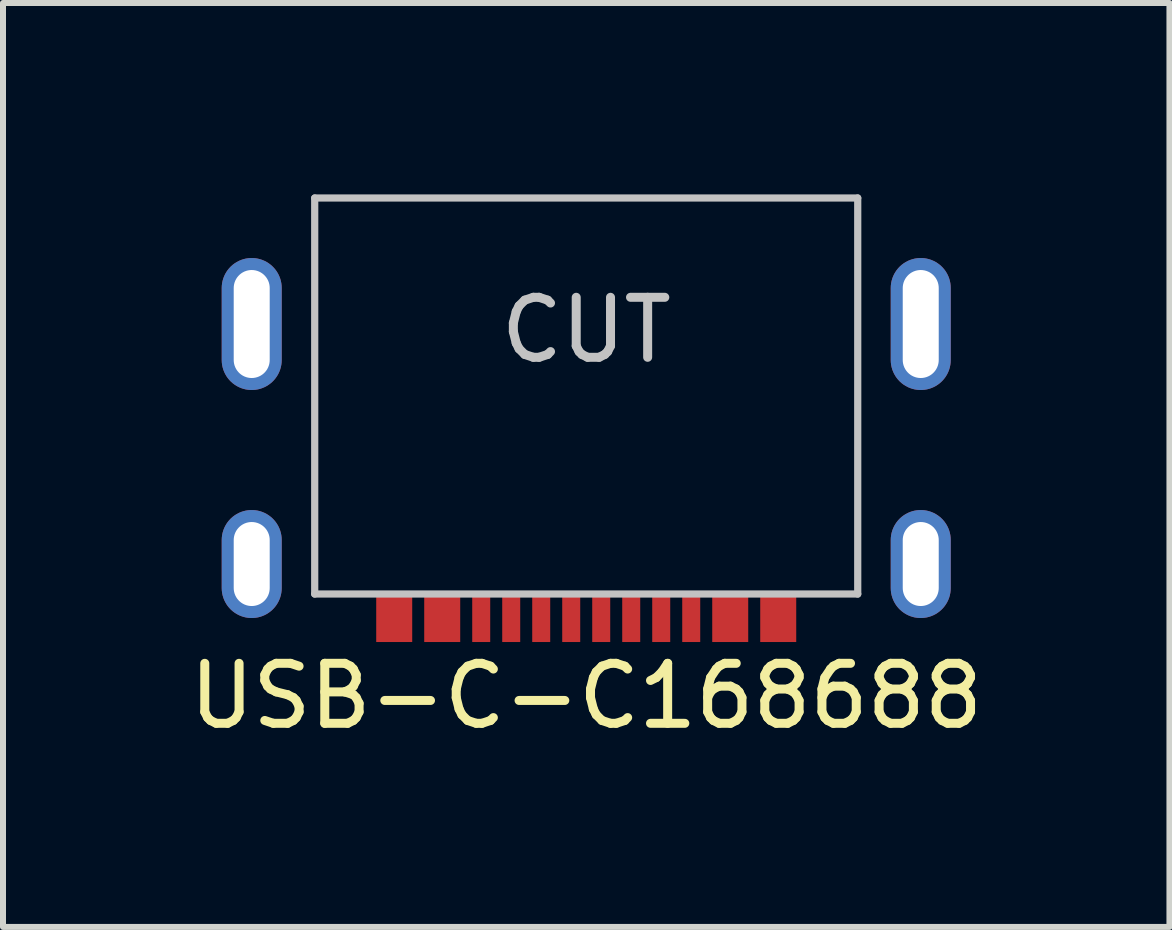
<source format=kicad_pcb>
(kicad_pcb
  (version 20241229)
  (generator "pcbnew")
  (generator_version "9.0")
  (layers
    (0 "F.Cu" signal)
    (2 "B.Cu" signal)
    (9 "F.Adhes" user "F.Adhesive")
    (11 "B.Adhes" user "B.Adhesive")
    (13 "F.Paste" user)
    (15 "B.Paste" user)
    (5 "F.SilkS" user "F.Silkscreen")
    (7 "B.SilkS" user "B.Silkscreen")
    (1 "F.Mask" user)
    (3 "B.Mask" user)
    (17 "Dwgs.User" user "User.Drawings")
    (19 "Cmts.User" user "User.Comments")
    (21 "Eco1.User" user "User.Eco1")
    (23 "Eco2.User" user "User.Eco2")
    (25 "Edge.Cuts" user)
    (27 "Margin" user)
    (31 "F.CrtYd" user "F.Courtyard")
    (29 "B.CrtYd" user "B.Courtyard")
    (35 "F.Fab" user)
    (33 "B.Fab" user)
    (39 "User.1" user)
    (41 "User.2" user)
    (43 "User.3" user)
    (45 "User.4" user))
  (footprint "USB-C-C168688"
    (layer "F.Cu")
    (at 6.72 0.25)
    (property "Reference" "USB-C-C168688" (at 0 8.3 0) (layer "F.SilkS") (effects (font (size 1 1) (thickness 0.15))))
    (attr through_hole)
    (fp_line (start -4.525 0) (end -4.525 6.6) (stroke (width 0.12) (type solid)) (layer "Dwgs.User"))
    (fp_line (start -4.525 0) (end 4.525 0) (stroke (width 0.12) (type solid)) (layer "Dwgs.User"))
    (fp_line (start -4.525 6.6) (end 4.525 6.6) (stroke (width 0.12) (type solid)) (layer "Dwgs.User"))
    (fp_line (start 4.525 0) (end 4.525 6.6) (stroke (width 0.12) (type solid)) (layer "Dwgs.User"))
    (fp_text user "CUT" (at 0 2.2 0) (layer "Dwgs.User") (effects (font (size 1 1) (thickness 0.15))))
    (pad "A1" smd rect (at -3.2 7) (size 0.6 0.8) (layers "F.Cu" "F.Mask" "F.Paste"))
    (pad "A1" smd rect (at 3.2 7) (size 0.6 0.8) (layers "F.Cu" "F.Mask" "F.Paste"))
    (pad "A4" smd rect (at -2.4 7) (size 0.6 0.8) (layers "F.Cu" "F.Mask" "F.Paste"))
    (pad "A4" smd rect (at 2.4 7) (size 0.6 0.8) (layers "F.Cu" "F.Mask" "F.Paste"))
    (pad "A5" smd rect (at 1.25 7) (size 0.3 0.8) (layers "F.Cu" "F.Mask" "F.Paste"))
    (pad "A6" smd rect (at 0.25 7) (size 0.3 0.8) (layers "F.Cu" "F.Mask" "F.Paste"))
    (pad "A7" smd rect (at -0.25 7) (size 0.3 0.8) (layers "F.Cu" "F.Mask" "F.Paste"))
    (pad "A8" smd rect (at -1.25 7) (size 0.3 0.8) (layers "F.Cu" "F.Mask" "F.Paste"))
    (pad "B5" smd rect (at -1.75 7) (size 0.3 0.8) (layers "F.Cu" "F.Mask" "F.Paste"))
    (pad "B6" smd rect (at -0.75 7) (size 0.3 0.8) (layers "F.Cu" "F.Mask" "F.Paste"))
    (pad "B7" smd rect (at 0.75 7) (size 0.3 0.8) (layers "F.Cu" "F.Mask" "F.Paste"))
    (pad "B8" smd rect (at 1.75 7) (size 0.3 0.8) (layers "F.Cu" "F.Mask" "F.Paste"))
    (pad "S1" thru_hole oval (at -5.575 2.1) (size 1 2.2) (drill oval 0.6 1.8) (layers "*.Cu" "*.Mask"))
    (pad "S1" thru_hole oval (at -5.575 6.1) (size 1 1.8) (drill oval 0.6 1.4) (layers "*.Cu" "*.Mask"))
    (pad "S1" thru_hole oval (at 5.575 2.1) (size 1 2.2) (drill oval 0.6 1.8) (layers "*.Cu" "*.Mask"))
    (pad "S1" thru_hole oval (at 5.575 6.1) (size 1 1.8) (drill oval 0.6 1.4) (layers "*.Cu" "*.Mask")))
  (gr_rect
    (start -3 -3)
    (end 16.44 12.398)
    (stroke (width 0.1) (type default))
    (fill no)
    (layer "Edge.Cuts")))
</source>
